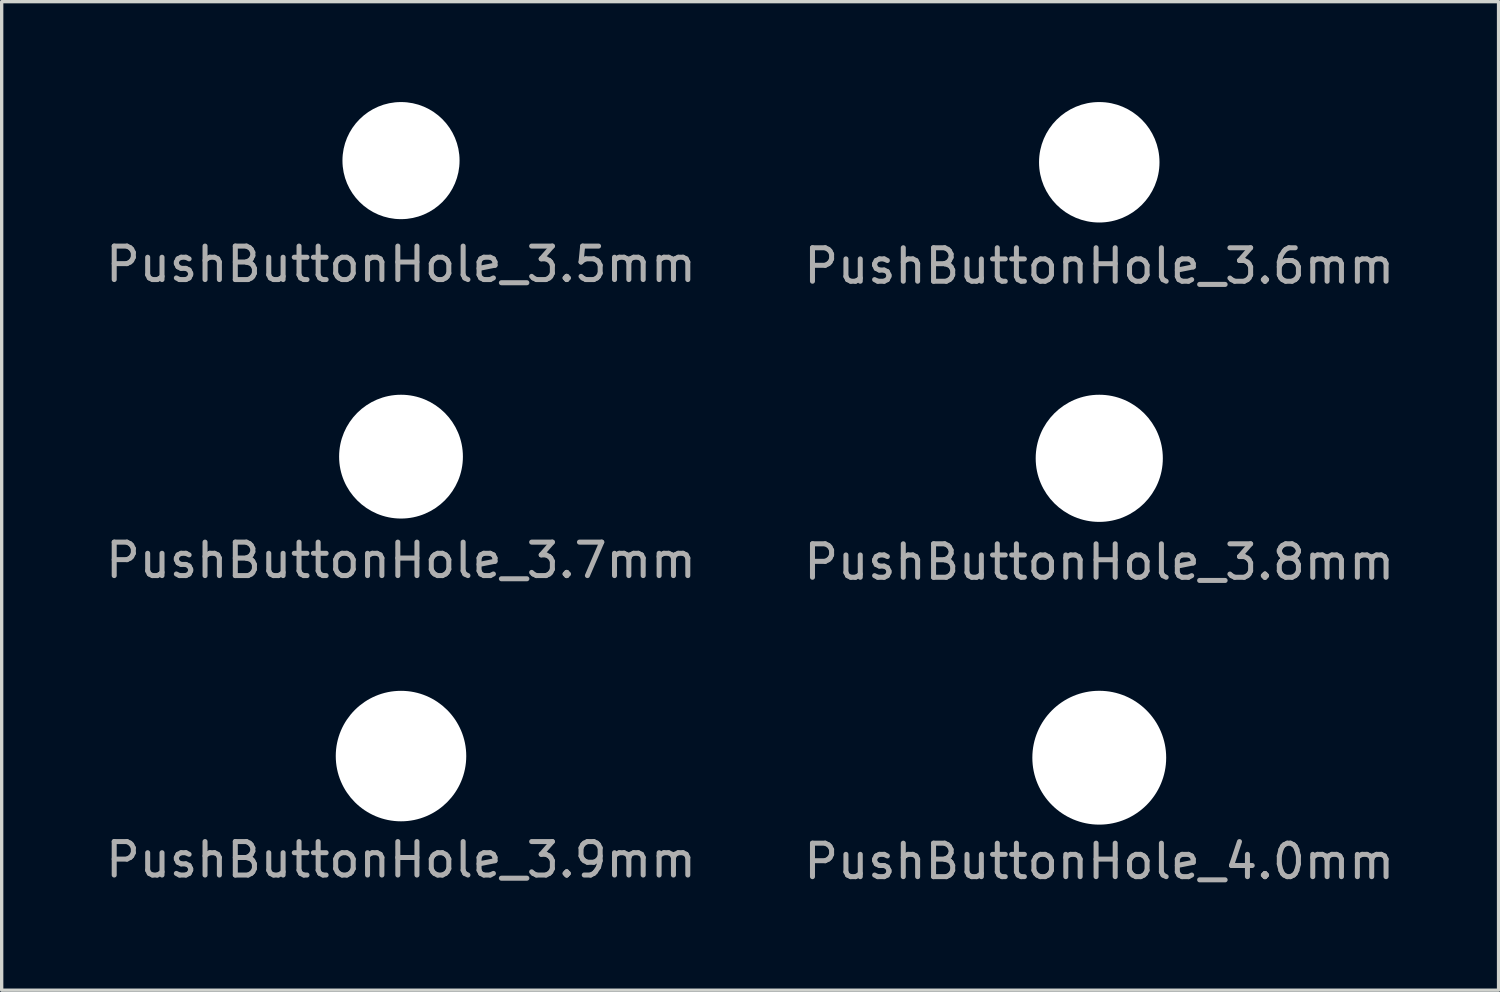
<source format=kicad_pcb>
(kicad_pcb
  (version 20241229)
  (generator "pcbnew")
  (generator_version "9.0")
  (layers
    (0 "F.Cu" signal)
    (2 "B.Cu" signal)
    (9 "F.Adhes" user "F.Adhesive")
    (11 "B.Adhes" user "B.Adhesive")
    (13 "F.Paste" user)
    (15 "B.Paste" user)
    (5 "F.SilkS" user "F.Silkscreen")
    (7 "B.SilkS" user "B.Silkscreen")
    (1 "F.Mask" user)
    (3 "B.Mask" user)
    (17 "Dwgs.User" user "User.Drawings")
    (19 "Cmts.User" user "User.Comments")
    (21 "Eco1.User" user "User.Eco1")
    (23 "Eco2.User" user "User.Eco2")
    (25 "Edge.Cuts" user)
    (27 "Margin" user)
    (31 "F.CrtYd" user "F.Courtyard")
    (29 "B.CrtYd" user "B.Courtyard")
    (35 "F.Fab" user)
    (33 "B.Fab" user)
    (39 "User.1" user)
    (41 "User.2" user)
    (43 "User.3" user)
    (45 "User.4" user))
  (footprint "PushButtonHole_3.7mm"
    (layer "F.Cu")
    (at 8.935 10.598)
    (property "Reference" "PushButtonHole_3.7mm" (at 0 3.1 0) (layer "F.Fab") (effects (font (size 1 1) (thickness 0.15))))
    (attr through_hole)
    (pad "" np_thru_hole circle (at 0 0) (size 3.7 3.7) (drill 3.7) (layers "*.Cu" "*.Mask")))
  (footprint "PushButtonHole_3.8mm"
    (layer "F.Cu")
    (at 29.804 10.648)
    (property "Reference" "PushButtonHole_3.8mm" (at 0 3.1 0) (layer "F.Fab") (effects (font (size 1 1) (thickness 0.15))))
    (attr through_hole)
    (pad "" np_thru_hole circle (at 0 0) (size 3.8 3.8) (drill 3.8) (layers "*.Cu" "*.Mask")))
  (footprint "PushButtonHole_3.5mm"
    (layer "F.Cu")
    (at 8.935 1.75)
    (property "Reference" "PushButtonHole_3.5mm" (at 0 3.1 0) (layer "F.Fab") (effects (font (size 1 1) (thickness 0.15))))
    (attr through_hole)
    (pad "" np_thru_hole circle (at 0 0) (size 3.5 3.5) (drill 3.5) (layers "*.Cu" "*.Mask")))
  (footprint "PushButtonHole_3.6mm"
    (layer "F.Cu")
    (at 29.804 1.8)
    (property "Reference" "PushButtonHole_3.6mm" (at 0 3.1 0) (layer "F.Fab") (effects (font (size 1 1) (thickness 0.15))))
    (attr through_hole)
    (pad "" np_thru_hole circle (at 0 0) (size 3.6 3.6) (drill 3.6) (layers "*.Cu" "*.Mask")))
  (footprint "PushButtonHole_3.9mm"
    (layer "F.Cu")
    (at 8.935 19.547)
    (property "Reference" "PushButtonHole_3.9mm" (at 0 3.1 0) (layer "F.Fab") (effects (font (size 1 1) (thickness 0.15))))
    (attr through_hole)
    (pad "" np_thru_hole circle (at 0 0) (size 3.9 3.9) (drill 3.9) (layers "*.Cu" "*.Mask")))
  (footprint "PushButtonHole_4.0mm"
    (layer "F.Cu")
    (at 29.804 19.596)
    (property "Reference" "PushButtonHole_4.0mm" (at 0 3.1 0) (layer "F.Fab") (effects (font (size 1 1) (thickness 0.15))))
    (attr through_hole)
    (pad "" np_thru_hole circle (at 0 0) (size 4 4) (drill 4) (layers "*.Cu" "*.Mask")))
  (gr_rect
    (start -3 -3)
    (end 41.738 26.545)
    (stroke (width 0.1) (type default))
    (fill no)
    (layer "Edge.Cuts")))
</source>
